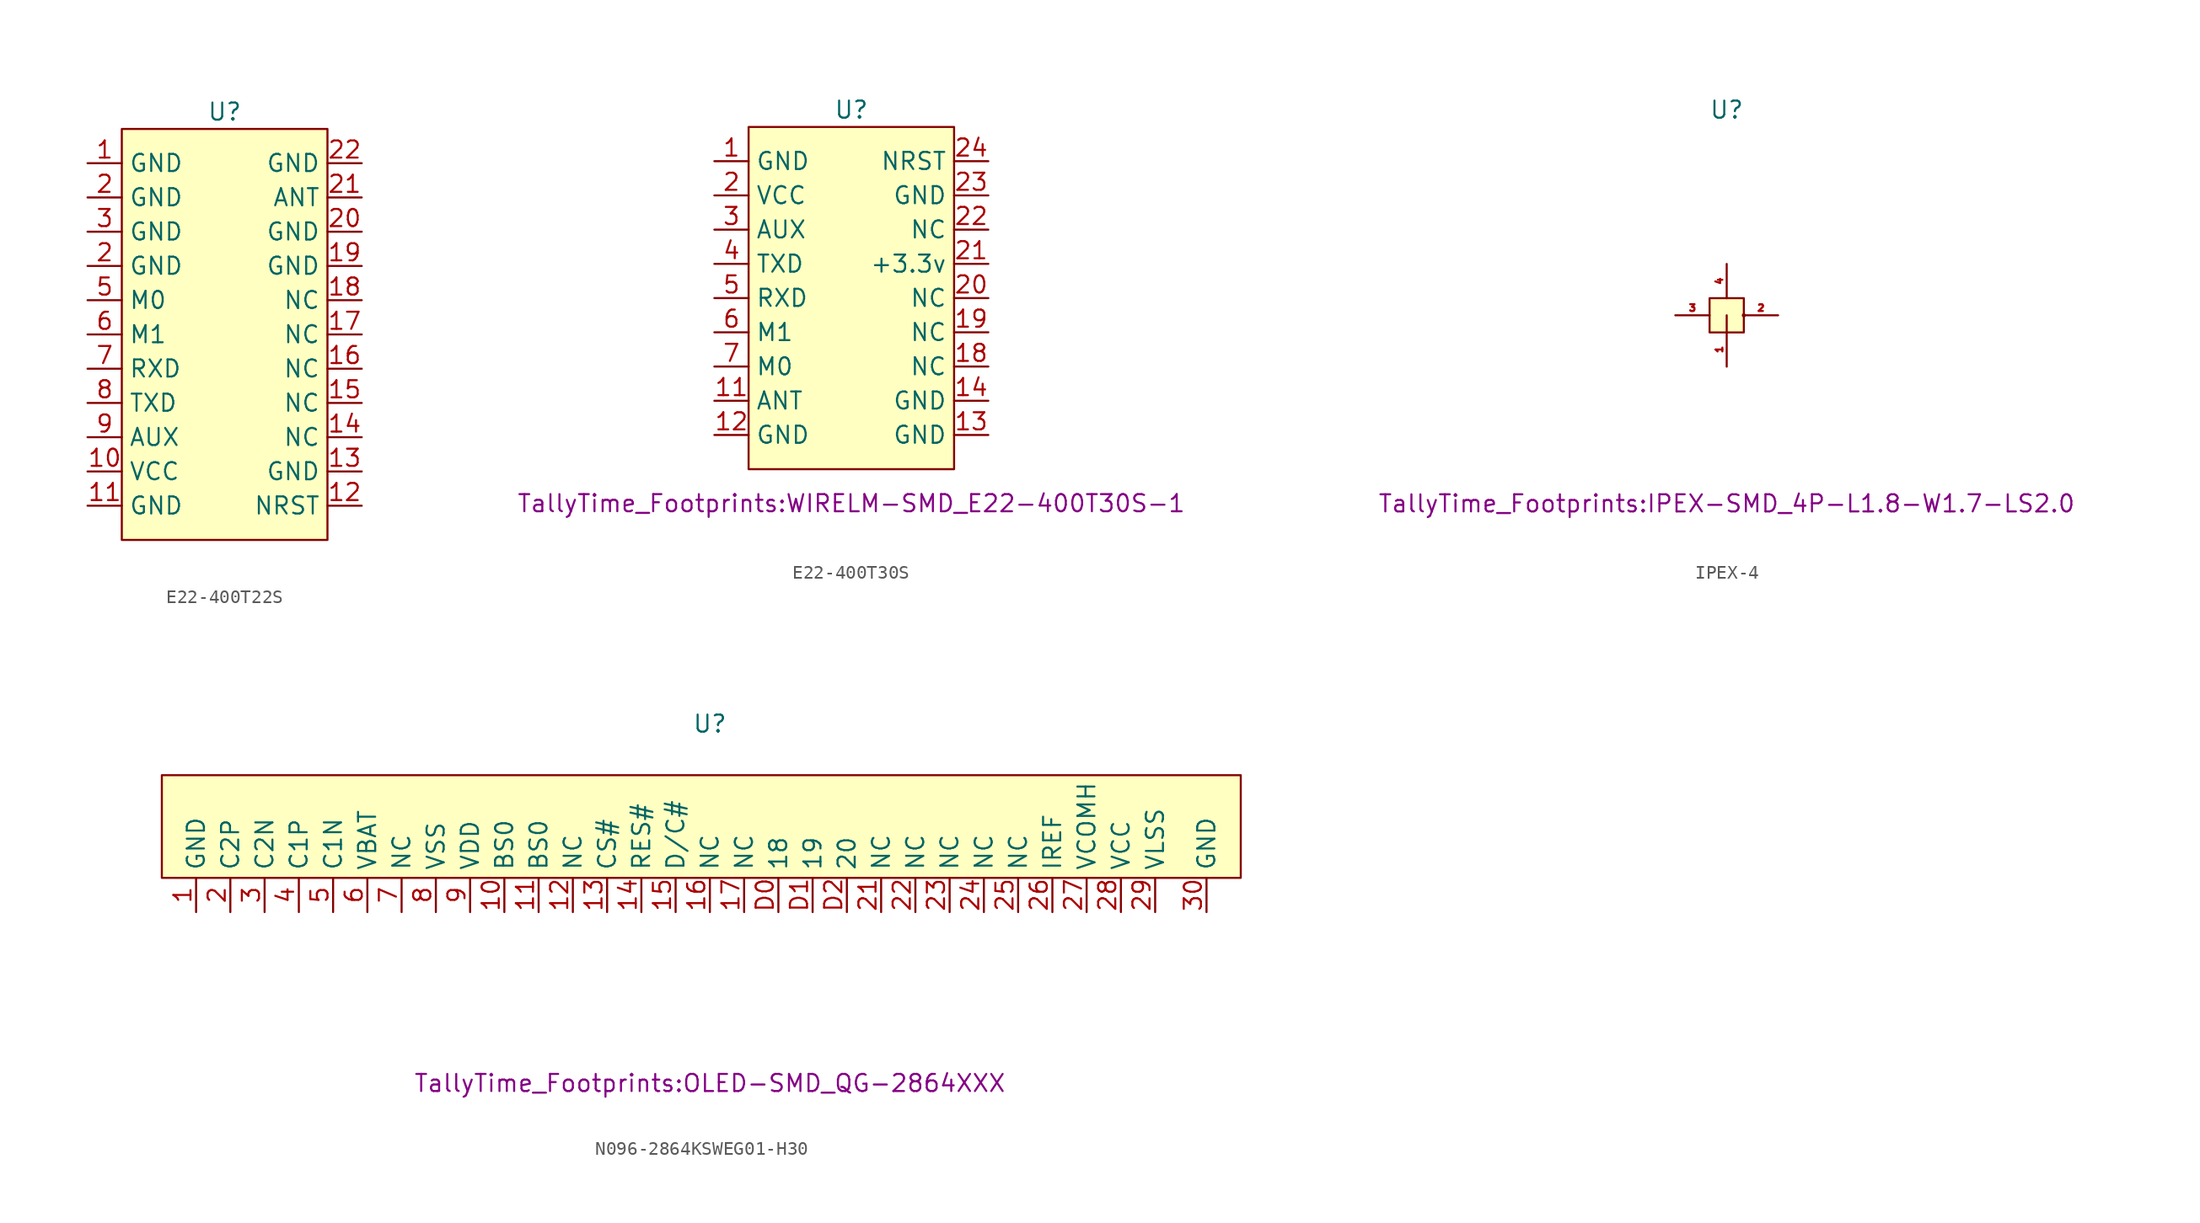
<source format=kicad_sym>
(kicad_symbol_lib
  (version 20220914)
  (generator kicad_symbol_editor)
  (symbol "E22-400T22S"
    (property "Reference" "U"
      (at 0 16.51 0)
      (effects (font (size 1.27 1.27))))
    (property "Value" ""
      (at 0 5.08 0)
      (effects (font (size 1.27 1.27))))
    (symbol "E22-400T22S_1_1"
      (rectangle (start -7.62 15.24) (end 7.62 -15.24) (stroke (width 0) (type default)) (fill (type background)))
      (pin unspecified line (at -10.16 12.7 0) (length 2.54) (name "GND" (effects (font (size 1.27 1.27)))) (number "1" (effects (font (size 1.27 1.27)))))
      (pin unspecified line (at -10.16 -10.16 0) (length 2.54) (name "VCC" (effects (font (size 1.27 1.27)))) (number "10" (effects (font (size 1.27 1.27)))))
      (pin unspecified line (at -10.16 -12.7 0) (length 2.54) (name "GND" (effects (font (size 1.27 1.27)))) (number "11" (effects (font (size 1.27 1.27)))))
      (pin input line (at 10.16 -12.7 180) (length 2.54) (name "NRST" (effects (font (size 1.27 1.27)))) (number "12" (effects (font (size 1.27 1.27)))))
      (pin unspecified line (at 10.16 -10.16 180) (length 2.54) (name "GND" (effects (font (size 1.27 1.27)))) (number "13" (effects (font (size 1.27 1.27)))))
      (pin unspecified line (at 10.16 -7.62 180) (length 2.54) (name "NC" (effects (font (size 1.27 1.27)))) (number "14" (effects (font (size 1.27 1.27)))))
      (pin unspecified line (at 10.16 -5.08 180) (length 2.54) (name "NC" (effects (font (size 1.27 1.27)))) (number "15" (effects (font (size 1.27 1.27)))))
      (pin unspecified line (at 10.16 -2.54 180) (length 2.54) (name "NC" (effects (font (size 1.27 1.27)))) (number "16" (effects (font (size 1.27 1.27)))))
      (pin unspecified line (at 10.16 0 180) (length 2.54) (name "NC" (effects (font (size 1.27 1.27)))) (number "17" (effects (font (size 1.27 1.27)))))
      (pin unspecified line (at 10.16 2.54 180) (length 2.54) (name "NC" (effects (font (size 1.27 1.27)))) (number "18" (effects (font (size 1.27 1.27)))))
      (pin unspecified line (at 10.16 5.08 180) (length 2.54) (name "GND" (effects (font (size 1.27 1.27)))) (number "19" (effects (font (size 1.27 1.27)))))
      (pin unspecified line (at -10.16 5.08 0) (length 2.54) (name "GND" (effects (font (size 1.27 1.27)))) (number "2" (effects (font (size 1.27 1.27)))))
      (pin unspecified line (at -10.16 10.16 0) (length 2.54) (name "GND" (effects (font (size 1.27 1.27)))) (number "2" (effects (font (size 1.27 1.27)))))
      (pin unspecified line (at 10.16 7.62 180) (length 2.54) (name "GND" (effects (font (size 1.27 1.27)))) (number "20" (effects (font (size 1.27 1.27)))))
      (pin unspecified line (at 10.16 10.16 180) (length 2.54) (name "ANT" (effects (font (size 1.27 1.27)))) (number "21" (effects (font (size 1.27 1.27)))))
      (pin unspecified line (at 10.16 12.7 180) (length 2.54) (name "GND" (effects (font (size 1.27 1.27)))) (number "22" (effects (font (size 1.27 1.27)))))
      (pin unspecified line (at -10.16 7.62 0) (length 2.54) (name "GND" (effects (font (size 1.27 1.27)))) (number "3" (effects (font (size 1.27 1.27)))))
      (pin input line (at -10.16 2.54 0) (length 2.54) (name "M0" (effects (font (size 1.27 1.27)))) (number "5" (effects (font (size 1.27 1.27)))))
      (pin input line (at -10.16 0 0) (length 2.54) (name "M1" (effects (font (size 1.27 1.27)))) (number "6" (effects (font (size 1.27 1.27)))))
      (pin input line (at -10.16 -2.54 0) (length 2.54) (name "RXD" (effects (font (size 1.27 1.27)))) (number "7" (effects (font (size 1.27 1.27)))))
      (pin output line (at -10.16 -5.08 0) (length 2.54) (name "TXD" (effects (font (size 1.27 1.27)))) (number "8" (effects (font (size 1.27 1.27)))))
      (pin output line (at -10.16 -7.62 0) (length 2.54) (name "AUX" (effects (font (size 1.27 1.27)))) (number "9" (effects (font (size 1.27 1.27)))))))
  (symbol "E22-400T30S"
    (property "Reference" "U"
      (at 0 15.24 0)
      (effects (font (size 1.27 1.27))))
    (property "Footprint" "TallyTime_Footprints:WIRELM-SMD_E22-400T30S-1"
      (at 0 -13.97 0)
      (effects (font (size 1.27 1.27))))
    (symbol "E22-400T30S_1_1"
      (rectangle (start -7.62 13.97) (end 7.62 -11.43) (stroke (width 0) (type default)) (fill (type background)))
      (pin power_in line (at -10.16 11.43 0) (length 2.54) (name "GND" (effects (font (size 1.27 1.27)))) (number "1" (effects (font (size 1.27 1.27)))))
      (pin output line (at -10.16 -6.35 0) (length 2.54) (name "ANT" (effects (font (size 1.27 1.27)))) (number "11" (effects (font (size 1.27 1.27)))))
      (pin unspecified line (at -10.16 -8.89 0) (length 2.54) (name "GND" (effects (font (size 1.27 1.27)))) (number "12" (effects (font (size 1.27 1.27)))))
      (pin unspecified line (at 10.16 -8.89 180) (length 2.54) (name "GND" (effects (font (size 1.27 1.27)))) (number "13" (effects (font (size 1.27 1.27)))))
      (pin unspecified line (at 10.16 -6.35 180) (length 2.54) (name "GND" (effects (font (size 1.27 1.27)))) (number "14" (effects (font (size 1.27 1.27)))))
      (pin bidirectional line (at 10.16 -3.81 180) (length 2.54) (name "NC" (effects (font (size 1.27 1.27)))) (number "18" (effects (font (size 1.27 1.27)))))
      (pin bidirectional line (at 10.16 -1.27 180) (length 2.54) (name "NC" (effects (font (size 1.27 1.27)))) (number "19" (effects (font (size 1.27 1.27)))))
      (pin input line (at -10.16 8.89 0) (length 2.54) (name "VCC" (effects (font (size 1.27 1.27)))) (number "2" (effects (font (size 1.27 1.27)))))
      (pin bidirectional line (at 10.16 1.27 180) (length 2.54) (name "NC" (effects (font (size 1.27 1.27)))) (number "20" (effects (font (size 1.27 1.27)))))
      (pin power_in line (at 10.16 3.81 180) (length 2.54) (name "+3.3v" (effects (font (size 1.27 1.27)))) (number "21" (effects (font (size 1.27 1.27)))))
      (pin input line (at 10.16 6.35 180) (length 2.54) (name "NC" (effects (font (size 1.27 1.27)))) (number "22" (effects (font (size 1.27 1.27)))))
      (pin power_in line (at 10.16 8.89 180) (length 2.54) (name "GND" (effects (font (size 1.27 1.27)))) (number "23" (effects (font (size 1.27 1.27)))))
      (pin input line (at 10.16 11.43 180) (length 2.54) (name "NRST" (effects (font (size 1.27 1.27)))) (number "24" (effects (font (size 1.27 1.27)))))
      (pin output line (at -10.16 6.35 0) (length 2.54) (name "AUX" (effects (font (size 1.27 1.27)))) (number "3" (effects (font (size 1.27 1.27)))))
      (pin output line (at -10.16 3.81 0) (length 2.54) (name "TXD" (effects (font (size 1.27 1.27)))) (number "4" (effects (font (size 1.27 1.27)))))
      (pin input line (at -10.16 1.27 0) (length 2.54) (name "RXD" (effects (font (size 1.27 1.27)))) (number "5" (effects (font (size 1.27 1.27)))))
      (pin input line (at -10.16 -1.27 0) (length 2.54) (name "M1" (effects (font (size 1.27 1.27)))) (number "6" (effects (font (size 1.27 1.27)))))
      (pin input line (at -10.16 -3.81 0) (length 2.54) (name "M0" (effects (font (size 1.27 1.27)))) (number "7" (effects (font (size 1.27 1.27)))))))
  (symbol "IPEX-4"
    (property "Reference" "U"
      (at 0 15.24 0)
      (effects (font (size 1.27 1.27))))
    (property "Footprint" "TallyTime_Footprints:IPEX-SMD_4P-L1.8-W1.7-LS2.0"
      (at 0 -13.97 0)
      (effects (font (size 1.27 1.27))))
    (symbol "IPEX-4_0_1"
      (polyline (pts (xy 0 -1.27) (xy 0 0)) (stroke (width 0) (type default)) (fill (type none)))
      (circle (center 1.27 0) (radius 0.0001) (stroke (width 0) (type default)) (fill (type none))))
    (symbol "IPEX-4_1_1"
      (rectangle (start -1.27 1.27) (end 1.27 -1.27) (stroke (width 0) (type default)) (fill (type background)))
      (pin unspecified line (at 0 -3.81 90) (length 2.54) (name "" (effects (font (size 0.5 0.5)))) (number "1" (effects (font (size 0.5 0.5)))))
      (pin unspecified line (at 3.81 0 180) (length 2.54) (name "" (effects (font (size 0.5 0.5)))) (number "2" (effects (font (size 0.5 0.5)))))
      (pin unspecified line (at -3.81 0 0) (length 2.54) (name "" (effects (font (size 0.5 0.5)))) (number "3" (effects (font (size 0.5 0.5)))))
      (pin unspecified line (at 0 3.81 270) (length 2.54) (name "" (effects (font (size 0.5 0.5)))) (number "4" (effects (font (size 0.5 0.5)))))))
  (symbol "N096-2864KSWEG01-H30"
    (property "Reference" "U"
      (at 0 8.89 0)
      (effects (font (size 1.27 1.27))))
    (property "Footprint" "TallyTime_Footprints:OLED-SMD_QG-2864XXX"
      (at 0 -17.78 0)
      (effects (font (size 1.27 1.27))))
    (symbol "N096-2864KSWEG01-H30_1_1"
      (rectangle (start -40.64 5.08) (end 39.37 -2.54) (stroke (width 0) (type default)) (fill (type background)))
      (pin unspecified line (at -38.1 -5.08 90) (length 2.54) (name "GND" (effects (font (size 1.27 1.27)))) (number "1" (effects (font (size 1.27 1.27)))))
      (pin input line (at -15.24 -5.08 90) (length 2.54) (name "BS0" (effects (font (size 1.27 1.27)))) (number "10" (effects (font (size 1.27 1.27)))))
      (pin input line (at -12.7 -5.08 90) (length 2.54) (name "BS0" (effects (font (size 1.27 1.27)))) (number "11" (effects (font (size 1.27 1.27)))))
      (pin unspecified line (at -10.16 -5.08 90) (length 2.54) (name "NC" (effects (font (size 1.27 1.27)))) (number "12" (effects (font (size 1.27 1.27)))))
      (pin input line (at -7.62 -5.08 90) (length 2.54) (name "CS#" (effects (font (size 1.27 1.27)))) (number "13" (effects (font (size 1.27 1.27)))))
      (pin input line (at -5.08 -5.08 90) (length 2.54) (name "RES#" (effects (font (size 1.27 1.27)))) (number "14" (effects (font (size 1.27 1.27)))))
      (pin unspecified line (at -2.54 -5.08 90) (length 2.54) (name "D/C#" (effects (font (size 1.27 1.27)))) (number "15" (effects (font (size 1.27 1.27)))))
      (pin unspecified line (at 0 -5.08 90) (length 2.54) (name "NC" (effects (font (size 1.27 1.27)))) (number "16" (effects (font (size 1.27 1.27)))))
      (pin unspecified line (at 2.54 -5.08 90) (length 2.54) (name "NC" (effects (font (size 1.27 1.27)))) (number "17" (effects (font (size 1.27 1.27)))))
      (pin unspecified line (at -35.56 -5.08 90) (length 2.54) (name "C2P" (effects (font (size 1.27 1.27)))) (number "2" (effects (font (size 1.27 1.27)))))
      (pin unspecified line (at 12.7 -5.08 90) (length 2.54) (name "NC" (effects (font (size 1.27 1.27)))) (number "21" (effects (font (size 1.27 1.27)))))
      (pin unspecified line (at 15.24 -5.08 90) (length 2.54) (name "NC" (effects (font (size 1.27 1.27)))) (number "22" (effects (font (size 1.27 1.27)))))
      (pin unspecified line (at 17.78 -5.08 90) (length 2.54) (name "NC" (effects (font (size 1.27 1.27)))) (number "23" (effects (font (size 1.27 1.27)))))
      (pin unspecified line (at 20.32 -5.08 90) (length 2.54) (name "NC" (effects (font (size 1.27 1.27)))) (number "24" (effects (font (size 1.27 1.27)))))
      (pin unspecified line (at 22.86 -5.08 90) (length 2.54) (name "NC" (effects (font (size 1.27 1.27)))) (number "25" (effects (font (size 1.27 1.27)))))
      (pin unspecified line (at 25.4 -5.08 90) (length 2.54) (name "IREF" (effects (font (size 1.27 1.27)))) (number "26" (effects (font (size 1.27 1.27)))))
      (pin power_out line (at 27.94 -5.08 90) (length 2.54) (name "VCOMH" (effects (font (size 1.27 1.27)))) (number "27" (effects (font (size 1.27 1.27)))))
      (pin unspecified line (at 30.48 -5.08 90) (length 2.54) (name "VCC" (effects (font (size 1.27 1.27)))) (number "28" (effects (font (size 1.27 1.27)))))
      (pin unspecified line (at 33.02 -5.08 90) (length 2.54) (name "VLSS" (effects (font (size 1.27 1.27)))) (number "29" (effects (font (size 1.27 1.27)))))
      (pin unspecified line (at -33.02 -5.08 90) (length 2.54) (name "C2N" (effects (font (size 1.27 1.27)))) (number "3" (effects (font (size 1.27 1.27)))))
      (pin unspecified line (at 36.83 -5.08 90) (length 2.54) (name "GND" (effects (font (size 1.27 1.27)))) (number "30" (effects (font (size 1.27 1.27)))))
      (pin unspecified line (at -30.48 -5.08 90) (length 2.54) (name "C1P" (effects (font (size 1.27 1.27)))) (number "4" (effects (font (size 1.27 1.27)))))
      (pin unspecified line (at -27.94 -5.08 90) (length 2.54) (name "C1N" (effects (font (size 1.27 1.27)))) (number "5" (effects (font (size 1.27 1.27)))))
      (pin power_in line (at -25.4 -5.08 90) (length 2.54) (name "VBAT" (effects (font (size 1.27 1.27)))) (number "6" (effects (font (size 1.27 1.27)))))
      (pin unspecified line (at -22.86 -5.08 90) (length 2.54) (name "NC" (effects (font (size 1.27 1.27)))) (number "7" (effects (font (size 1.27 1.27)))))
      (pin unspecified line (at -20.32 -5.08 90) (length 2.54) (name "VSS" (effects (font (size 1.27 1.27)))) (number "8" (effects (font (size 1.27 1.27)))))
      (pin unspecified line (at -17.78 -5.08 90) (length 2.54) (name "VDD" (effects (font (size 1.27 1.27)))) (number "9" (effects (font (size 1.27 1.27)))))
      (pin unspecified line (at 5.08 -5.08 90) (length 2.54) (name "18" (effects (font (size 1.27 1.27)))) (number "D0" (effects (font (size 1.27 1.27)))))
      (pin unspecified line (at 7.62 -5.08 90) (length 2.54) (name "19" (effects (font (size 1.27 1.27)))) (number "D1" (effects (font (size 1.27 1.27)))))
      (pin unspecified line (at 10.16 -5.08 90) (length 2.54) (name "20" (effects (font (size 1.27 1.27)))) (number "D2" (effects (font (size 1.27 1.27))))))))
</source>
